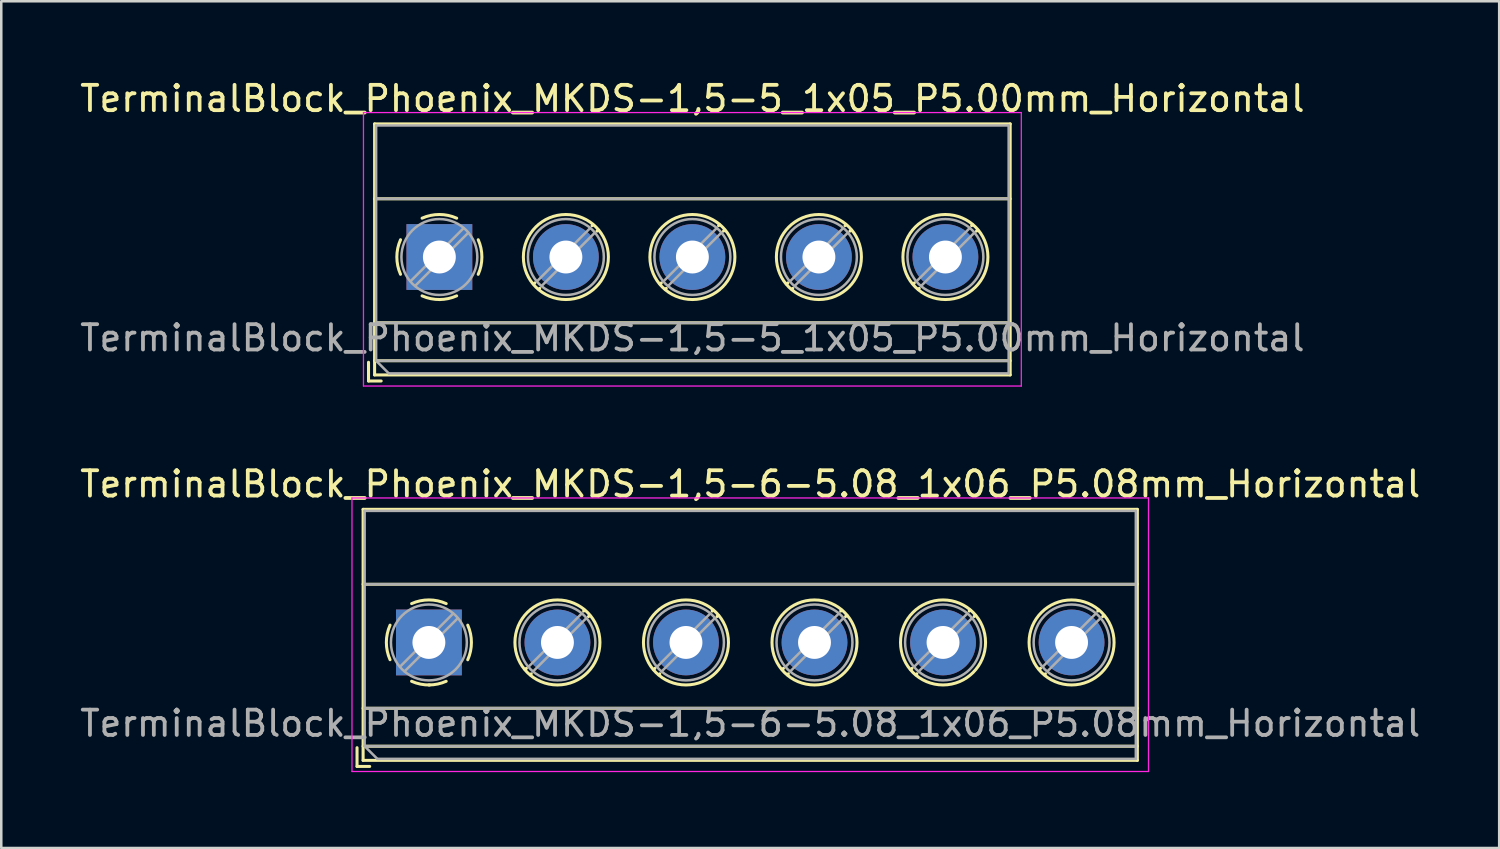
<source format=kicad_pcb>
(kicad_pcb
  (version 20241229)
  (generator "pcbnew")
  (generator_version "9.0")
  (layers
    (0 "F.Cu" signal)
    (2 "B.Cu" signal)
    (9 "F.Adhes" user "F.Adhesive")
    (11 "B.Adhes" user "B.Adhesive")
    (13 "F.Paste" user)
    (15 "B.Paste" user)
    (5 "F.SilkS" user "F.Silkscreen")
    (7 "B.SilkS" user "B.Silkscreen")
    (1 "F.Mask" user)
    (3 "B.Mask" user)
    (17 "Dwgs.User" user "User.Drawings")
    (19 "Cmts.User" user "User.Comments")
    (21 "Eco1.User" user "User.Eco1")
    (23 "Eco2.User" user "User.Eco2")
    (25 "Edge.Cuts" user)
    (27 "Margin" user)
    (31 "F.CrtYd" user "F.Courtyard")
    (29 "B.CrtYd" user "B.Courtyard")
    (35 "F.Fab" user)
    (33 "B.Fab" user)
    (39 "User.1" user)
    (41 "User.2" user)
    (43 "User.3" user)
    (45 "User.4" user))
  (footprint "TerminalBlock_Phoenix_MKDS-1,5-5_1x05_P5.00mm_Horizontal"
    (layer "F.Cu")
    (at 14.315 7.108)
    (property "Reference" "TerminalBlock_Phoenix_MKDS-1,5-5_1x05_P5.00mm_Horizontal" (at 10 -6.26 0) (layer "F.SilkS") (effects (font (size 1 1) (thickness 0.15))))
    (attr through_hole)
    (fp_line (start -2.8 4.16) (end -2.8 4.9) (stroke (width 0.12) (type solid)) (layer "F.SilkS"))
    (fp_line (start -2.8 4.9) (end -2.3 4.9) (stroke (width 0.12) (type solid)) (layer "F.SilkS"))
    (fp_line (start -2.56 -5.261) (end -2.56 4.66) (stroke (width 0.12) (type solid)) (layer "F.SilkS"))
    (fp_line (start -2.56 -5.261) (end 22.56 -5.261) (stroke (width 0.12) (type solid)) (layer "F.SilkS"))
    (fp_line (start -2.56 -2.301) (end 22.56 -2.301) (stroke (width 0.12) (type solid)) (layer "F.SilkS"))
    (fp_line (start -2.56 2.6) (end 22.56 2.6) (stroke (width 0.12) (type solid)) (layer "F.SilkS"))
    (fp_line (start -2.56 4.1) (end 22.56 4.1) (stroke (width 0.12) (type solid)) (layer "F.SilkS"))
    (fp_line (start -2.56 4.66) (end 22.56 4.66) (stroke (width 0.12) (type solid)) (layer "F.SilkS"))
    (fp_line (start 3.773 1.023) (end 3.726 1.069) (stroke (width 0.12) (type solid)) (layer "F.SilkS"))
    (fp_line (start 3.966 1.239) (end 3.931 1.274) (stroke (width 0.12) (type solid)) (layer "F.SilkS"))
    (fp_line (start 6.07 -1.275) (end 6.035 -1.239) (stroke (width 0.12) (type solid)) (layer "F.SilkS"))
    (fp_line (start 6.275 -1.069) (end 6.228 -1.023) (stroke (width 0.12) (type solid)) (layer "F.SilkS"))
    (fp_line (start 8.773 1.023) (end 8.726 1.069) (stroke (width 0.12) (type solid)) (layer "F.SilkS"))
    (fp_line (start 8.966 1.239) (end 8.931 1.274) (stroke (width 0.12) (type solid)) (layer "F.SilkS"))
    (fp_line (start 11.07 -1.275) (end 11.035 -1.239) (stroke (width 0.12) (type solid)) (layer "F.SilkS"))
    (fp_line (start 11.275 -1.069) (end 11.228 -1.023) (stroke (width 0.12) (type solid)) (layer "F.SilkS"))
    (fp_line (start 13.773 1.023) (end 13.726 1.069) (stroke (width 0.12) (type solid)) (layer "F.SilkS"))
    (fp_line (start 13.966 1.239) (end 13.931 1.274) (stroke (width 0.12) (type solid)) (layer "F.SilkS"))
    (fp_line (start 16.07 -1.275) (end 16.035 -1.239) (stroke (width 0.12) (type solid)) (layer "F.SilkS"))
    (fp_line (start 16.275 -1.069) (end 16.228 -1.023) (stroke (width 0.12) (type solid)) (layer "F.SilkS"))
    (fp_line (start 18.773 1.023) (end 18.726 1.069) (stroke (width 0.12) (type solid)) (layer "F.SilkS"))
    (fp_line (start 18.966 1.239) (end 18.931 1.274) (stroke (width 0.12) (type solid)) (layer "F.SilkS"))
    (fp_line (start 21.07 -1.275) (end 21.035 -1.239) (stroke (width 0.12) (type solid)) (layer "F.SilkS"))
    (fp_line (start 21.275 -1.069) (end 21.228 -1.023) (stroke (width 0.12) (type solid)) (layer "F.SilkS"))
    (fp_line (start 22.56 -5.261) (end 22.56 4.66) (stroke (width 0.12) (type solid)) (layer "F.SilkS"))
    (fp_arc (start -1.535427 0.683042) (mid -1.680501 -0.000524) (end -1.535 -0.684) (stroke (width 0.12) (type solid)) (layer "F.SilkS"))
    (fp_arc (start -0.683042 -1.535427) (mid 0.000524 -1.680501) (end 0.684 -1.535) (stroke (width 0.12) (type solid)) (layer "F.SilkS"))
    (fp_arc (start 0.028805 1.680253) (mid -0.335551 1.646659) (end -0.684 1.535) (stroke (width 0.12) (type solid)) (layer "F.SilkS"))
    (fp_arc (start 0.683318 1.534756) (mid 0.349292 1.643288) (end 0 1.68) (stroke (width 0.12) (type solid)) (layer "F.SilkS"))
    (fp_arc (start 1.535427 -0.683042) (mid 1.680501 0.000524) (end 1.535 0.684) (stroke (width 0.12) (type solid)) (layer "F.SilkS"))
    (fp_circle (center 5 0) (end 6.68 0) (stroke (width 0.12) (type solid)) (fill no) (layer "F.SilkS"))
    (fp_circle (center 10 0) (end 11.68 0) (stroke (width 0.12) (type solid)) (fill no) (layer "F.SilkS"))
    (fp_circle (center 15 0) (end 16.68 0) (stroke (width 0.12) (type solid)) (fill no) (layer "F.SilkS"))
    (fp_circle (center 20 0) (end 21.68 0) (stroke (width 0.12) (type solid)) (fill no) (layer "F.SilkS"))
    (fp_line (start -3 -5.71) (end -3 5.1) (stroke (width 0.05) (type solid)) (layer "F.CrtYd"))
    (fp_line (start -3 5.1) (end 23 5.1) (stroke (width 0.05) (type solid)) (layer "F.CrtYd"))
    (fp_line (start 23 -5.71) (end -3 -5.71) (stroke (width 0.05) (type solid)) (layer "F.CrtYd"))
    (fp_line (start 23 5.1) (end 23 -5.71) (stroke (width 0.05) (type solid)) (layer "F.CrtYd"))
    (fp_line (start -2.5 -5.2) (end 22.5 -5.2) (stroke (width 0.1) (type solid)) (layer "F.Fab"))
    (fp_line (start -2.5 -2.3) (end 22.5 -2.3) (stroke (width 0.1) (type solid)) (layer "F.Fab"))
    (fp_line (start -2.5 2.6) (end 22.5 2.6) (stroke (width 0.1) (type solid)) (layer "F.Fab"))
    (fp_line (start -2.5 4.1) (end -2.5 -5.2) (stroke (width 0.1) (type solid)) (layer "F.Fab"))
    (fp_line (start -2.5 4.1) (end 22.5 4.1) (stroke (width 0.1) (type solid)) (layer "F.Fab"))
    (fp_line (start -2 4.6) (end -2.5 4.1) (stroke (width 0.1) (type solid)) (layer "F.Fab"))
    (fp_line (start 0.955 -1.138) (end -1.138 0.955) (stroke (width 0.1) (type solid)) (layer "F.Fab"))
    (fp_line (start 1.138 -0.955) (end -0.955 1.138) (stroke (width 0.1) (type solid)) (layer "F.Fab"))
    (fp_line (start 5.955 -1.138) (end 3.863 0.955) (stroke (width 0.1) (type solid)) (layer "F.Fab"))
    (fp_line (start 6.138 -0.955) (end 4.046 1.138) (stroke (width 0.1) (type solid)) (layer "F.Fab"))
    (fp_line (start 10.955 -1.138) (end 8.863 0.955) (stroke (width 0.1) (type solid)) (layer "F.Fab"))
    (fp_line (start 11.138 -0.955) (end 9.046 1.138) (stroke (width 0.1) (type solid)) (layer "F.Fab"))
    (fp_line (start 15.955 -1.138) (end 13.863 0.955) (stroke (width 0.1) (type solid)) (layer "F.Fab"))
    (fp_line (start 16.138 -0.955) (end 14.046 1.138) (stroke (width 0.1) (type solid)) (layer "F.Fab"))
    (fp_line (start 20.955 -1.138) (end 18.863 0.955) (stroke (width 0.1) (type solid)) (layer "F.Fab"))
    (fp_line (start 21.138 -0.955) (end 19.046 1.138) (stroke (width 0.1) (type solid)) (layer "F.Fab"))
    (fp_line (start 22.5 -5.2) (end 22.5 4.6) (stroke (width 0.1) (type solid)) (layer "F.Fab"))
    (fp_line (start 22.5 4.6) (end -2 4.6) (stroke (width 0.1) (type solid)) (layer "F.Fab"))
    (fp_circle (center 0 0) (end 1.5 0) (stroke (width 0.1) (type solid)) (fill no) (layer "F.Fab"))
    (fp_circle (center 5 0) (end 6.5 0) (stroke (width 0.1) (type solid)) (fill no) (layer "F.Fab"))
    (fp_circle (center 10 0) (end 11.5 0) (stroke (width 0.1) (type solid)) (fill no) (layer "F.Fab"))
    (fp_circle (center 15 0) (end 16.5 0) (stroke (width 0.1) (type solid)) (fill no) (layer "F.Fab"))
    (fp_circle (center 20 0) (end 21.5 0) (stroke (width 0.1) (type solid)) (fill no) (layer "F.Fab"))
    (fp_text user "${REFERENCE}" (at 10 3.2 0) (layer "F.Fab") (effects (font (size 1 1) (thickness 0.15))))
    (pad "1" thru_hole rect (at 0 0) (size 2.6 2.6) (drill 1.3) (layers "*.Cu" "*.Mask"))
    (pad "2" thru_hole circle (at 5 0) (size 2.6 2.6) (drill 1.3) (layers "*.Cu" "*.Mask"))
    (pad "3" thru_hole circle (at 10 0) (size 2.6 2.6) (drill 1.3) (layers "*.Cu" "*.Mask"))
    (pad "4" thru_hole circle (at 15 0) (size 2.6 2.6) (drill 1.3) (layers "*.Cu" "*.Mask"))
    (pad "5" thru_hole circle (at 20 0) (size 2.6 2.6) (drill 1.3) (layers "*.Cu" "*.Mask")))
  (footprint "TerminalBlock_Phoenix_MKDS-1,5-6-5.08_1x06_P5.08mm_Horizontal"
    (layer "F.Cu")
    (at 13.901 22.341)
    (property "Reference" "TerminalBlock_Phoenix_MKDS-1,5-6-5.08_1x06_P5.08mm_Horizontal" (at 12.7 -6.26 0) (layer "F.SilkS") (effects (font (size 1 1) (thickness 0.15))))
    (attr through_hole)
    (fp_line (start -2.84 4.16) (end -2.84 4.9) (stroke (width 0.12) (type solid)) (layer "F.SilkS"))
    (fp_line (start -2.84 4.9) (end -2.34 4.9) (stroke (width 0.12) (type solid)) (layer "F.SilkS"))
    (fp_line (start -2.6 -5.261) (end -2.6 4.66) (stroke (width 0.12) (type solid)) (layer "F.SilkS"))
    (fp_line (start -2.6 -5.261) (end 28 -5.261) (stroke (width 0.12) (type solid)) (layer "F.SilkS"))
    (fp_line (start -2.6 -2.301) (end 28 -2.301) (stroke (width 0.12) (type solid)) (layer "F.SilkS"))
    (fp_line (start -2.6 2.6) (end 28 2.6) (stroke (width 0.12) (type solid)) (layer "F.SilkS"))
    (fp_line (start -2.6 4.1) (end 28 4.1) (stroke (width 0.12) (type solid)) (layer "F.SilkS"))
    (fp_line (start -2.6 4.66) (end 28 4.66) (stroke (width 0.12) (type solid)) (layer "F.SilkS"))
    (fp_line (start 3.853 1.023) (end 3.806 1.069) (stroke (width 0.12) (type solid)) (layer "F.SilkS"))
    (fp_line (start 4.046 1.239) (end 4.011 1.274) (stroke (width 0.12) (type solid)) (layer "F.SilkS"))
    (fp_line (start 6.15 -1.275) (end 6.115 -1.239) (stroke (width 0.12) (type solid)) (layer "F.SilkS"))
    (fp_line (start 6.355 -1.069) (end 6.308 -1.023) (stroke (width 0.12) (type solid)) (layer "F.SilkS"))
    (fp_line (start 8.933 1.023) (end 8.886 1.069) (stroke (width 0.12) (type solid)) (layer "F.SilkS"))
    (fp_line (start 9.126 1.239) (end 9.091 1.274) (stroke (width 0.12) (type solid)) (layer "F.SilkS"))
    (fp_line (start 11.23 -1.275) (end 11.195 -1.239) (stroke (width 0.12) (type solid)) (layer "F.SilkS"))
    (fp_line (start 11.435 -1.069) (end 11.388 -1.023) (stroke (width 0.12) (type solid)) (layer "F.SilkS"))
    (fp_line (start 14.013 1.023) (end 13.966 1.069) (stroke (width 0.12) (type solid)) (layer "F.SilkS"))
    (fp_line (start 14.206 1.239) (end 14.171 1.274) (stroke (width 0.12) (type solid)) (layer "F.SilkS"))
    (fp_line (start 16.31 -1.275) (end 16.275 -1.239) (stroke (width 0.12) (type solid)) (layer "F.SilkS"))
    (fp_line (start 16.515 -1.069) (end 16.468 -1.023) (stroke (width 0.12) (type solid)) (layer "F.SilkS"))
    (fp_line (start 19.093 1.023) (end 19.046 1.069) (stroke (width 0.12) (type solid)) (layer "F.SilkS"))
    (fp_line (start 19.286 1.239) (end 19.251 1.274) (stroke (width 0.12) (type solid)) (layer "F.SilkS"))
    (fp_line (start 21.39 -1.275) (end 21.355 -1.239) (stroke (width 0.12) (type solid)) (layer "F.SilkS"))
    (fp_line (start 21.595 -1.069) (end 21.548 -1.023) (stroke (width 0.12) (type solid)) (layer "F.SilkS"))
    (fp_line (start 24.173 1.023) (end 24.126 1.069) (stroke (width 0.12) (type solid)) (layer "F.SilkS"))
    (fp_line (start 24.366 1.239) (end 24.331 1.274) (stroke (width 0.12) (type solid)) (layer "F.SilkS"))
    (fp_line (start 26.47 -1.275) (end 26.435 -1.239) (stroke (width 0.12) (type solid)) (layer "F.SilkS"))
    (fp_line (start 26.675 -1.069) (end 26.628 -1.023) (stroke (width 0.12) (type solid)) (layer "F.SilkS"))
    (fp_line (start 28 -5.261) (end 28 4.66) (stroke (width 0.12) (type solid)) (layer "F.SilkS"))
    (fp_arc (start -1.535427 0.683042) (mid -1.680501 -0.000524) (end -1.535 -0.684) (stroke (width 0.12) (type solid)) (layer "F.SilkS"))
    (fp_arc (start -0.683042 -1.535427) (mid 0.000524 -1.680501) (end 0.684 -1.535) (stroke (width 0.12) (type solid)) (layer "F.SilkS"))
    (fp_arc (start 0.028805 1.680253) (mid -0.335551 1.646659) (end -0.684 1.535) (stroke (width 0.12) (type solid)) (layer "F.SilkS"))
    (fp_arc (start 0.683318 1.534756) (mid 0.349292 1.643288) (end 0 1.68) (stroke (width 0.12) (type solid)) (layer "F.SilkS"))
    (fp_arc (start 1.535427 -0.683042) (mid 1.680501 0.000524) (end 1.535 0.684) (stroke (width 0.12) (type solid)) (layer "F.SilkS"))
    (fp_circle (center 5.08 0) (end 6.76 0) (stroke (width 0.12) (type solid)) (fill no) (layer "F.SilkS"))
    (fp_circle (center 10.16 0) (end 11.84 0) (stroke (width 0.12) (type solid)) (fill no) (layer "F.SilkS"))
    (fp_circle (center 15.24 0) (end 16.92 0) (stroke (width 0.12) (type solid)) (fill no) (layer "F.SilkS"))
    (fp_circle (center 20.32 0) (end 22 0) (stroke (width 0.12) (type solid)) (fill no) (layer "F.SilkS"))
    (fp_circle (center 25.4 0) (end 27.08 0) (stroke (width 0.12) (type solid)) (fill no) (layer "F.SilkS"))
    (fp_line (start -3.04 -5.71) (end -3.04 5.1) (stroke (width 0.05) (type solid)) (layer "F.CrtYd"))
    (fp_line (start -3.04 5.1) (end 28.44 5.1) (stroke (width 0.05) (type solid)) (layer "F.CrtYd"))
    (fp_line (start 28.44 -5.71) (end -3.04 -5.71) (stroke (width 0.05) (type solid)) (layer "F.CrtYd"))
    (fp_line (start 28.44 5.1) (end 28.44 -5.71) (stroke (width 0.05) (type solid)) (layer "F.CrtYd"))
    (fp_line (start -2.54 -5.2) (end 27.94 -5.2) (stroke (width 0.1) (type solid)) (layer "F.Fab"))
    (fp_line (start -2.54 -2.3) (end 27.94 -2.3) (stroke (width 0.1) (type solid)) (layer "F.Fab"))
    (fp_line (start -2.54 2.6) (end 27.94 2.6) (stroke (width 0.1) (type solid)) (layer "F.Fab"))
    (fp_line (start -2.54 4.1) (end -2.54 -5.2) (stroke (width 0.1) (type solid)) (layer "F.Fab"))
    (fp_line (start -2.54 4.1) (end 27.94 4.1) (stroke (width 0.1) (type solid)) (layer "F.Fab"))
    (fp_line (start -2.04 4.6) (end -2.54 4.1) (stroke (width 0.1) (type solid)) (layer "F.Fab"))
    (fp_line (start 0.955 -1.138) (end -1.138 0.955) (stroke (width 0.1) (type solid)) (layer "F.Fab"))
    (fp_line (start 1.138 -0.955) (end -0.955 1.138) (stroke (width 0.1) (type solid)) (layer "F.Fab"))
    (fp_line (start 6.035 -1.138) (end 3.943 0.955) (stroke (width 0.1) (type solid)) (layer "F.Fab"))
    (fp_line (start 6.218 -0.955) (end 4.126 1.138) (stroke (width 0.1) (type solid)) (layer "F.Fab"))
    (fp_line (start 11.115 -1.138) (end 9.023 0.955) (stroke (width 0.1) (type solid)) (layer "F.Fab"))
    (fp_line (start 11.298 -0.955) (end 9.206 1.138) (stroke (width 0.1) (type solid)) (layer "F.Fab"))
    (fp_line (start 16.195 -1.138) (end 14.103 0.955) (stroke (width 0.1) (type solid)) (layer "F.Fab"))
    (fp_line (start 16.378 -0.955) (end 14.286 1.138) (stroke (width 0.1) (type solid)) (layer "F.Fab"))
    (fp_line (start 21.275 -1.138) (end 19.183 0.955) (stroke (width 0.1) (type solid)) (layer "F.Fab"))
    (fp_line (start 21.458 -0.955) (end 19.366 1.138) (stroke (width 0.1) (type solid)) (layer "F.Fab"))
    (fp_line (start 26.355 -1.138) (end 24.263 0.955) (stroke (width 0.1) (type solid)) (layer "F.Fab"))
    (fp_line (start 26.538 -0.955) (end 24.446 1.138) (stroke (width 0.1) (type solid)) (layer "F.Fab"))
    (fp_line (start 27.94 -5.2) (end 27.94 4.6) (stroke (width 0.1) (type solid)) (layer "F.Fab"))
    (fp_line (start 27.94 4.6) (end -2.04 4.6) (stroke (width 0.1) (type solid)) (layer "F.Fab"))
    (fp_circle (center 0 0) (end 1.5 0) (stroke (width 0.1) (type solid)) (fill no) (layer "F.Fab"))
    (fp_circle (center 5.08 0) (end 6.58 0) (stroke (width 0.1) (type solid)) (fill no) (layer "F.Fab"))
    (fp_circle (center 10.16 0) (end 11.66 0) (stroke (width 0.1) (type solid)) (fill no) (layer "F.Fab"))
    (fp_circle (center 15.24 0) (end 16.74 0) (stroke (width 0.1) (type solid)) (fill no) (layer "F.Fab"))
    (fp_circle (center 20.32 0) (end 21.82 0) (stroke (width 0.1) (type solid)) (fill no) (layer "F.Fab"))
    (fp_circle (center 25.4 0) (end 26.9 0) (stroke (width 0.1) (type solid)) (fill no) (layer "F.Fab"))
    (fp_text user "${REFERENCE}" (at 12.7 3.2 0) (layer "F.Fab") (effects (font (size 1 1) (thickness 0.15))))
    (pad "1" thru_hole rect (at 0 0) (size 2.6 2.6) (drill 1.3) (layers "*.Cu" "*.Mask"))
    (pad "2" thru_hole circle (at 5.08 0) (size 2.6 2.6) (drill 1.3) (layers "*.Cu" "*.Mask"))
    (pad "3" thru_hole circle (at 10.16 0) (size 2.6 2.6) (drill 1.3) (layers "*.Cu" "*.Mask"))
    (pad "4" thru_hole circle (at 15.24 0) (size 2.6 2.6) (drill 1.3) (layers "*.Cu" "*.Mask"))
    (pad "5" thru_hole circle (at 20.32 0) (size 2.6 2.6) (drill 1.3) (layers "*.Cu" "*.Mask"))
    (pad "6" thru_hole circle (at 25.4 0) (size 2.6 2.6) (drill 1.3) (layers "*.Cu" "*.Mask")))
  (gr_rect
    (start -3 -3)
    (end 56.202 30.466)
    (stroke (width 0.1) (type default))
    (fill no)
    (layer "Edge.Cuts")))
</source>
